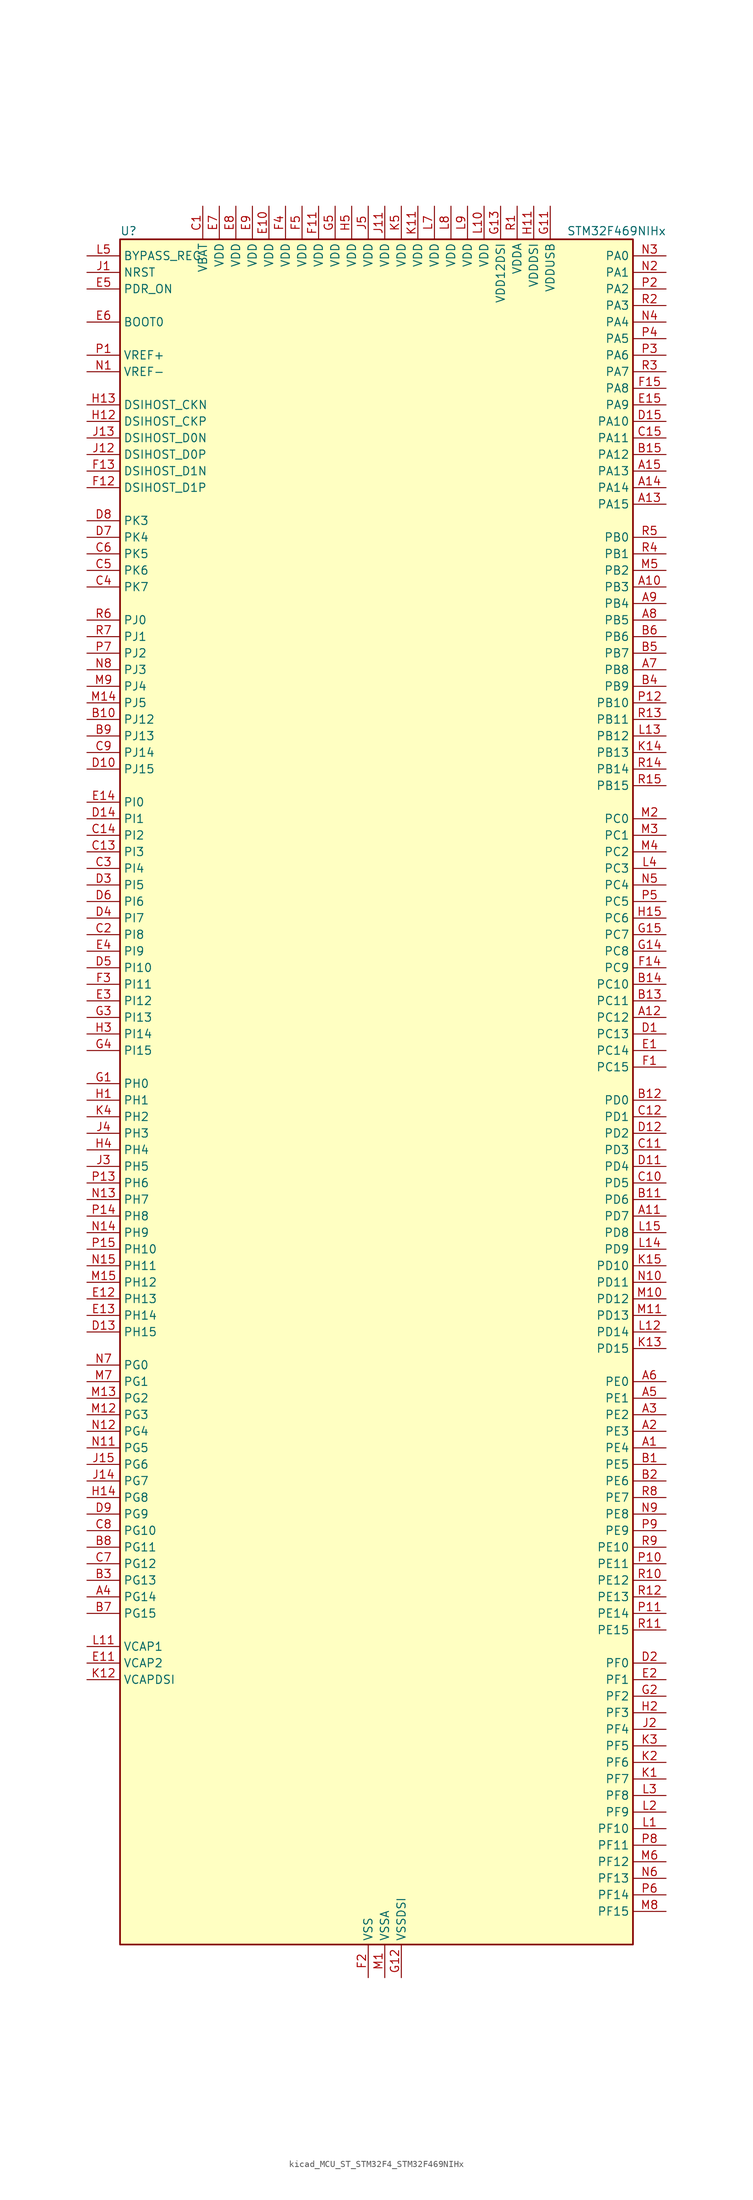
<source format=kicad_sym>
(kicad_symbol_lib
  (version 20220914)
  (generator kicad_symbol_editor)
  (symbol "kicad_MCU_ST_STM32F4_STM32F469NIHx"
    (property "Reference" "U"
      (at -38.1 133.35 0)
      (effects (font (size 1.27 1.27)) (justify left)))
    (property "Value" "STM32F469NIHx"
      (at 30.48 133.35 0)
      (effects (font (size 1.27 1.27)) (justify left)))
    (property "ki_locked" ""
      (at 0 0 0)
      (effects (font (size 1.27 1.27))))
    (symbol "kicad_MCU_ST_STM32F4_STM32F469NIHx_0_1"
      (rectangle (start -38.1 -129.54) (end 40.64 132.08) (stroke (width 0.254) (type default)) (fill (type background))))
    (symbol "kicad_MCU_ST_STM32F4_STM32F469NIHx_1_1"
      (pin bidirectional line (at 45.72 -53.34 180) (length 5.08) (name "PE4" (effects (font (size 1.27 1.27)))) (number "A1" (effects (font (size 1.27 1.27)))) (alternate "DCMI_D4" bidirectional line) (alternate "FMC_A20" bidirectional line) (alternate "LTDC_B0" bidirectional line) (alternate "SAI1_FS_A" bidirectional line) (alternate "SPI4_NSS" bidirectional line) (alternate "SYS_TRACED1" bidirectional line))
      (pin bidirectional line (at 45.72 78.74 180) (length 5.08) (name "PB3" (effects (font (size 1.27 1.27)))) (number "A10" (effects (font (size 1.27 1.27)))) (alternate "I2S3_CK" bidirectional line) (alternate "SPI1_SCK" bidirectional line) (alternate "SPI3_SCK" bidirectional line) (alternate "SYS_JTDO-SWO" bidirectional line) (alternate "TIM2_CH2" bidirectional line))
      (pin bidirectional line (at 45.72 -17.78 180) (length 5.08) (name "PD7" (effects (font (size 1.27 1.27)))) (number "A11" (effects (font (size 1.27 1.27)))) (alternate "FMC_NE1" bidirectional line) (alternate "USART2_CK" bidirectional line))
      (pin bidirectional line (at 45.72 12.7 180) (length 5.08) (name "PC12" (effects (font (size 1.27 1.27)))) (number "A12" (effects (font (size 1.27 1.27)))) (alternate "DCMI_D9" bidirectional line) (alternate "I2S3_SD" bidirectional line) (alternate "SDIO_CK" bidirectional line) (alternate "SPI3_MOSI" bidirectional line) (alternate "SYS_TRACED3" bidirectional line) (alternate "UART5_TX" bidirectional line) (alternate "USART3_CK" bidirectional line))
      (pin bidirectional line (at 45.72 91.44 180) (length 5.08) (name "PA15" (effects (font (size 1.27 1.27)))) (number "A13" (effects (font (size 1.27 1.27)))) (alternate "ADC1_EXTI15" bidirectional line) (alternate "ADC2_EXTI15" bidirectional line) (alternate "ADC3_EXTI15" bidirectional line) (alternate "I2S3_WS" bidirectional line) (alternate "SPI1_NSS" bidirectional line) (alternate "SPI3_NSS" bidirectional line) (alternate "SYS_JTDI" bidirectional line) (alternate "TIM2_CH1" bidirectional line) (alternate "TIM2_ETR" bidirectional line))
      (pin bidirectional line (at 45.72 93.98 180) (length 5.08) (name "PA14" (effects (font (size 1.27 1.27)))) (number "A14" (effects (font (size 1.27 1.27)))) (alternate "SYS_JTCK-SWCLK" bidirectional line))
      (pin bidirectional line (at 45.72 96.52 180) (length 5.08) (name "PA13" (effects (font (size 1.27 1.27)))) (number "A15" (effects (font (size 1.27 1.27)))) (alternate "SYS_JTMS-SWDIO" bidirectional line))
      (pin bidirectional line (at 45.72 -50.8 180) (length 5.08) (name "PE3" (effects (font (size 1.27 1.27)))) (number "A2" (effects (font (size 1.27 1.27)))) (alternate "FMC_A19" bidirectional line) (alternate "SAI1_SD_B" bidirectional line) (alternate "SYS_TRACED0" bidirectional line))
      (pin bidirectional line (at 45.72 -48.26 180) (length 5.08) (name "PE2" (effects (font (size 1.27 1.27)))) (number "A3" (effects (font (size 1.27 1.27)))) (alternate "ETH_TXD3" bidirectional line) (alternate "FMC_A23" bidirectional line) (alternate "QUADSPI_BK1_IO2" bidirectional line) (alternate "SAI1_MCLK_A" bidirectional line) (alternate "SPI4_SCK" bidirectional line) (alternate "SYS_TRACECLK" bidirectional line))
      (pin bidirectional line (at -43.18 -76.2 0) (length 5.08) (name "PG14" (effects (font (size 1.27 1.27)))) (number "A4" (effects (font (size 1.27 1.27)))) (alternate "ETH_TXD1" bidirectional line) (alternate "FMC_A25" bidirectional line) (alternate "LTDC_B0" bidirectional line) (alternate "QUADSPI_BK2_IO3" bidirectional line) (alternate "SPI6_MOSI" bidirectional line) (alternate "SYS_TRACED1" bidirectional line) (alternate "USART6_TX" bidirectional line))
      (pin bidirectional line (at 45.72 -45.72 180) (length 5.08) (name "PE1" (effects (font (size 1.27 1.27)))) (number "A5" (effects (font (size 1.27 1.27)))) (alternate "DCMI_D3" bidirectional line) (alternate "FMC_NBL1" bidirectional line) (alternate "UART8_TX" bidirectional line))
      (pin bidirectional line (at 45.72 -43.18 180) (length 5.08) (name "PE0" (effects (font (size 1.27 1.27)))) (number "A6" (effects (font (size 1.27 1.27)))) (alternate "DCMI_D2" bidirectional line) (alternate "FMC_NBL0" bidirectional line) (alternate "TIM4_ETR" bidirectional line) (alternate "UART8_RX" bidirectional line))
      (pin bidirectional line (at 45.72 66.04 180) (length 5.08) (name "PB8" (effects (font (size 1.27 1.27)))) (number "A7" (effects (font (size 1.27 1.27)))) (alternate "CAN1_RX" bidirectional line) (alternate "DCMI_D6" bidirectional line) (alternate "ETH_TXD3" bidirectional line) (alternate "I2C1_SCL" bidirectional line) (alternate "LTDC_B6" bidirectional line) (alternate "SDIO_D4" bidirectional line) (alternate "TIM10_CH1" bidirectional line) (alternate "TIM4_CH3" bidirectional line))
      (pin bidirectional line (at 45.72 73.66 180) (length 5.08) (name "PB5" (effects (font (size 1.27 1.27)))) (number "A8" (effects (font (size 1.27 1.27)))) (alternate "CAN2_RX" bidirectional line) (alternate "DCMI_D10" bidirectional line) (alternate "ETH_PPS_OUT" bidirectional line) (alternate "FMC_SDCKE1" bidirectional line) (alternate "I2C1_SMBA" bidirectional line) (alternate "I2S3_SD" bidirectional line) (alternate "LTDC_G7" bidirectional line) (alternate "SPI1_MOSI" bidirectional line) (alternate "SPI3_MOSI" bidirectional line) (alternate "TIM3_CH2" bidirectional line) (alternate "USB_OTG_HS_ULPI_D7" bidirectional line))
      (pin bidirectional line (at 45.72 76.2 180) (length 5.08) (name "PB4" (effects (font (size 1.27 1.27)))) (number "A9" (effects (font (size 1.27 1.27)))) (alternate "I2S3_ext_SD" bidirectional line) (alternate "SPI1_MISO" bidirectional line) (alternate "SPI3_MISO" bidirectional line) (alternate "SYS_JTRST" bidirectional line) (alternate "TIM3_CH1" bidirectional line))
      (pin bidirectional line (at 45.72 -55.88 180) (length 5.08) (name "PE5" (effects (font (size 1.27 1.27)))) (number "B1" (effects (font (size 1.27 1.27)))) (alternate "DCMI_D6" bidirectional line) (alternate "FMC_A21" bidirectional line) (alternate "LTDC_G0" bidirectional line) (alternate "SAI1_SCK_A" bidirectional line) (alternate "SPI4_MISO" bidirectional line) (alternate "SYS_TRACED2" bidirectional line) (alternate "TIM9_CH1" bidirectional line))
      (pin bidirectional line (at -43.18 58.42 0) (length 5.08) (name "PJ12" (effects (font (size 1.27 1.27)))) (number "B10" (effects (font (size 1.27 1.27)))) (alternate "LTDC_B0" bidirectional line) (alternate "LTDC_G3" bidirectional line))
      (pin bidirectional line (at 45.72 -15.24 180) (length 5.08) (name "PD6" (effects (font (size 1.27 1.27)))) (number "B11" (effects (font (size 1.27 1.27)))) (alternate "DCMI_D10" bidirectional line) (alternate "FMC_NWAIT" bidirectional line) (alternate "I2S3_SD" bidirectional line) (alternate "LTDC_B2" bidirectional line) (alternate "SAI1_SD_A" bidirectional line) (alternate "SPI3_MOSI" bidirectional line) (alternate "USART2_RX" bidirectional line))
      (pin bidirectional line (at 45.72 0 180) (length 5.08) (name "PD0" (effects (font (size 1.27 1.27)))) (number "B12" (effects (font (size 1.27 1.27)))) (alternate "CAN1_RX" bidirectional line) (alternate "FMC_D2" bidirectional line) (alternate "FMC_DA2" bidirectional line))
      (pin bidirectional line (at 45.72 15.24 180) (length 5.08) (name "PC11" (effects (font (size 1.27 1.27)))) (number "B13" (effects (font (size 1.27 1.27)))) (alternate "ADC1_EXTI11" bidirectional line) (alternate "ADC2_EXTI11" bidirectional line) (alternate "ADC3_EXTI11" bidirectional line) (alternate "DCMI_D4" bidirectional line) (alternate "I2S3_ext_SD" bidirectional line) (alternate "QUADSPI_BK2_NCS" bidirectional line) (alternate "SDIO_D3" bidirectional line) (alternate "SPI3_MISO" bidirectional line) (alternate "UART4_RX" bidirectional line) (alternate "USART3_RX" bidirectional line))
      (pin bidirectional line (at 45.72 17.78 180) (length 5.08) (name "PC10" (effects (font (size 1.27 1.27)))) (number "B14" (effects (font (size 1.27 1.27)))) (alternate "DCMI_D8" bidirectional line) (alternate "I2S3_CK" bidirectional line) (alternate "LTDC_R2" bidirectional line) (alternate "QUADSPI_BK1_IO1" bidirectional line) (alternate "SDIO_D2" bidirectional line) (alternate "SPI3_SCK" bidirectional line) (alternate "UART4_TX" bidirectional line) (alternate "USART3_TX" bidirectional line))
      (pin bidirectional line (at 45.72 99.06 180) (length 5.08) (name "PA12" (effects (font (size 1.27 1.27)))) (number "B15" (effects (font (size 1.27 1.27)))) (alternate "CAN1_TX" bidirectional line) (alternate "LTDC_R5" bidirectional line) (alternate "TIM1_ETR" bidirectional line) (alternate "USART1_RTS" bidirectional line) (alternate "USB_OTG_FS_DP" bidirectional line))
      (pin bidirectional line (at 45.72 -58.42 180) (length 5.08) (name "PE6" (effects (font (size 1.27 1.27)))) (number "B2" (effects (font (size 1.27 1.27)))) (alternate "DCMI_D7" bidirectional line) (alternate "FMC_A22" bidirectional line) (alternate "LTDC_G1" bidirectional line) (alternate "SAI1_SD_A" bidirectional line) (alternate "SPI4_MOSI" bidirectional line) (alternate "SYS_TRACED3" bidirectional line) (alternate "TIM9_CH2" bidirectional line))
      (pin bidirectional line (at -43.18 -73.66 0) (length 5.08) (name "PG13" (effects (font (size 1.27 1.27)))) (number "B3" (effects (font (size 1.27 1.27)))) (alternate "ETH_TXD0" bidirectional line) (alternate "FMC_A24" bidirectional line) (alternate "LTDC_R0" bidirectional line) (alternate "SPI6_SCK" bidirectional line) (alternate "SYS_TRACED0" bidirectional line) (alternate "USART6_CTS" bidirectional line))
      (pin bidirectional line (at 45.72 63.5 180) (length 5.08) (name "PB9" (effects (font (size 1.27 1.27)))) (number "B4" (effects (font (size 1.27 1.27)))) (alternate "CAN1_TX" bidirectional line) (alternate "DAC_EXTI9" bidirectional line) (alternate "DCMI_D7" bidirectional line) (alternate "I2C1_SDA" bidirectional line) (alternate "I2S2_WS" bidirectional line) (alternate "LTDC_B7" bidirectional line) (alternate "SDIO_D5" bidirectional line) (alternate "SPI2_NSS" bidirectional line) (alternate "TIM11_CH1" bidirectional line) (alternate "TIM4_CH4" bidirectional line))
      (pin bidirectional line (at 45.72 68.58 180) (length 5.08) (name "PB7" (effects (font (size 1.27 1.27)))) (number "B5" (effects (font (size 1.27 1.27)))) (alternate "DCMI_VSYNC" bidirectional line) (alternate "FMC_NL" bidirectional line) (alternate "I2C1_SDA" bidirectional line) (alternate "TIM4_CH2" bidirectional line) (alternate "USART1_RX" bidirectional line))
      (pin bidirectional line (at 45.72 71.12 180) (length 5.08) (name "PB6" (effects (font (size 1.27 1.27)))) (number "B6" (effects (font (size 1.27 1.27)))) (alternate "CAN2_TX" bidirectional line) (alternate "DCMI_D5" bidirectional line) (alternate "FMC_SDNE1" bidirectional line) (alternate "I2C1_SCL" bidirectional line) (alternate "QUADSPI_BK1_NCS" bidirectional line) (alternate "TIM4_CH1" bidirectional line) (alternate "USART1_TX" bidirectional line))
      (pin bidirectional line (at -43.18 -78.74 0) (length 5.08) (name "PG15" (effects (font (size 1.27 1.27)))) (number "B7" (effects (font (size 1.27 1.27)))) (alternate "ADC1_EXTI15" bidirectional line) (alternate "ADC2_EXTI15" bidirectional line) (alternate "ADC3_EXTI15" bidirectional line) (alternate "DCMI_D13" bidirectional line) (alternate "FMC_SDNCAS" bidirectional line) (alternate "USART6_CTS" bidirectional line))
      (pin bidirectional line (at -43.18 -68.58 0) (length 5.08) (name "PG11" (effects (font (size 1.27 1.27)))) (number "B8" (effects (font (size 1.27 1.27)))) (alternate "ADC1_EXTI11" bidirectional line) (alternate "ADC2_EXTI11" bidirectional line) (alternate "ADC3_EXTI11" bidirectional line) (alternate "DCMI_D3" bidirectional line) (alternate "ETH_TX_EN" bidirectional line) (alternate "LTDC_B3" bidirectional line))
      (pin bidirectional line (at -43.18 55.88 0) (length 5.08) (name "PJ13" (effects (font (size 1.27 1.27)))) (number "B9" (effects (font (size 1.27 1.27)))) (alternate "LTDC_B1" bidirectional line) (alternate "LTDC_G4" bidirectional line))
      (pin power_in line (at -25.4 137.16 270) (length 5.08) (name "VBAT" (effects (font (size 1.27 1.27)))) (number "C1" (effects (font (size 1.27 1.27)))))
      (pin bidirectional line (at 45.72 -12.7 180) (length 5.08) (name "PD5" (effects (font (size 1.27 1.27)))) (number "C10" (effects (font (size 1.27 1.27)))) (alternate "FMC_NWE" bidirectional line) (alternate "USART2_TX" bidirectional line))
      (pin bidirectional line (at 45.72 -7.62 180) (length 5.08) (name "PD3" (effects (font (size 1.27 1.27)))) (number "C11" (effects (font (size 1.27 1.27)))) (alternate "DCMI_D5" bidirectional line) (alternate "FMC_CLK" bidirectional line) (alternate "I2S2_CK" bidirectional line) (alternate "LTDC_G7" bidirectional line) (alternate "SPI2_SCK" bidirectional line) (alternate "USART2_CTS" bidirectional line))
      (pin bidirectional line (at 45.72 -2.54 180) (length 5.08) (name "PD1" (effects (font (size 1.27 1.27)))) (number "C12" (effects (font (size 1.27 1.27)))) (alternate "CAN1_TX" bidirectional line) (alternate "FMC_D3" bidirectional line) (alternate "FMC_DA3" bidirectional line))
      (pin bidirectional line (at -43.18 38.1 0) (length 5.08) (name "PI3" (effects (font (size 1.27 1.27)))) (number "C13" (effects (font (size 1.27 1.27)))) (alternate "DCMI_D10" bidirectional line) (alternate "FMC_D27" bidirectional line) (alternate "I2S2_SD" bidirectional line) (alternate "SPI2_MOSI" bidirectional line) (alternate "TIM8_ETR" bidirectional line))
      (pin bidirectional line (at -43.18 40.64 0) (length 5.08) (name "PI2" (effects (font (size 1.27 1.27)))) (number "C14" (effects (font (size 1.27 1.27)))) (alternate "DCMI_D9" bidirectional line) (alternate "FMC_D26" bidirectional line) (alternate "I2S2_ext_SD" bidirectional line) (alternate "LTDC_G7" bidirectional line) (alternate "SPI2_MISO" bidirectional line) (alternate "TIM8_CH4" bidirectional line))
      (pin bidirectional line (at 45.72 101.6 180) (length 5.08) (name "PA11" (effects (font (size 1.27 1.27)))) (number "C15" (effects (font (size 1.27 1.27)))) (alternate "ADC1_EXTI11" bidirectional line) (alternate "ADC2_EXTI11" bidirectional line) (alternate "ADC3_EXTI11" bidirectional line) (alternate "CAN1_RX" bidirectional line) (alternate "LTDC_R4" bidirectional line) (alternate "TIM1_CH4" bidirectional line) (alternate "USART1_CTS" bidirectional line) (alternate "USB_OTG_FS_DM" bidirectional line))
      (pin bidirectional line (at -43.18 25.4 0) (length 5.08) (name "PI8" (effects (font (size 1.27 1.27)))) (number "C2" (effects (font (size 1.27 1.27)))) (alternate "RTC_AF1" bidirectional line) (alternate "RTC_AF2" bidirectional line))
      (pin bidirectional line (at -43.18 35.56 0) (length 5.08) (name "PI4" (effects (font (size 1.27 1.27)))) (number "C3" (effects (font (size 1.27 1.27)))) (alternate "DCMI_D5" bidirectional line) (alternate "FMC_NBL2" bidirectional line) (alternate "LTDC_B4" bidirectional line) (alternate "TIM8_BKIN" bidirectional line))
      (pin bidirectional line (at -43.18 78.74 0) (length 5.08) (name "PK7" (effects (font (size 1.27 1.27)))) (number "C4" (effects (font (size 1.27 1.27)))) (alternate "LTDC_DE" bidirectional line))
      (pin bidirectional line (at -43.18 81.28 0) (length 5.08) (name "PK6" (effects (font (size 1.27 1.27)))) (number "C5" (effects (font (size 1.27 1.27)))) (alternate "LTDC_B7" bidirectional line))
      (pin bidirectional line (at -43.18 83.82 0) (length 5.08) (name "PK5" (effects (font (size 1.27 1.27)))) (number "C6" (effects (font (size 1.27 1.27)))) (alternate "LTDC_B6" bidirectional line))
      (pin bidirectional line (at -43.18 -71.12 0) (length 5.08) (name "PG12" (effects (font (size 1.27 1.27)))) (number "C7" (effects (font (size 1.27 1.27)))) (alternate "FMC_NE4" bidirectional line) (alternate "LTDC_B1" bidirectional line) (alternate "LTDC_B4" bidirectional line) (alternate "SPI6_MISO" bidirectional line) (alternate "USART6_RTS" bidirectional line))
      (pin bidirectional line (at -43.18 -66.04 0) (length 5.08) (name "PG10" (effects (font (size 1.27 1.27)))) (number "C8" (effects (font (size 1.27 1.27)))) (alternate "DCMI_D2" bidirectional line) (alternate "FMC_NE3" bidirectional line) (alternate "LTDC_B2" bidirectional line) (alternate "LTDC_G3" bidirectional line))
      (pin bidirectional line (at -43.18 53.34 0) (length 5.08) (name "PJ14" (effects (font (size 1.27 1.27)))) (number "C9" (effects (font (size 1.27 1.27)))) (alternate "LTDC_B2" bidirectional line))
      (pin bidirectional line (at 45.72 10.16 180) (length 5.08) (name "PC13" (effects (font (size 1.27 1.27)))) (number "D1" (effects (font (size 1.27 1.27)))) (alternate "RTC_AF1" bidirectional line))
      (pin bidirectional line (at -43.18 50.8 0) (length 5.08) (name "PJ15" (effects (font (size 1.27 1.27)))) (number "D10" (effects (font (size 1.27 1.27)))) (alternate "ADC1_EXTI15" bidirectional line) (alternate "ADC2_EXTI15" bidirectional line) (alternate "ADC3_EXTI15" bidirectional line) (alternate "LTDC_B3" bidirectional line))
      (pin bidirectional line (at 45.72 -10.16 180) (length 5.08) (name "PD4" (effects (font (size 1.27 1.27)))) (number "D11" (effects (font (size 1.27 1.27)))) (alternate "FMC_NOE" bidirectional line) (alternate "USART2_RTS" bidirectional line))
      (pin bidirectional line (at 45.72 -5.08 180) (length 5.08) (name "PD2" (effects (font (size 1.27 1.27)))) (number "D12" (effects (font (size 1.27 1.27)))) (alternate "DCMI_D11" bidirectional line) (alternate "SDIO_CMD" bidirectional line) (alternate "SYS_TRACED2" bidirectional line) (alternate "TIM3_ETR" bidirectional line) (alternate "UART5_RX" bidirectional line))
      (pin bidirectional line (at -43.18 -35.56 0) (length 5.08) (name "PH15" (effects (font (size 1.27 1.27)))) (number "D13" (effects (font (size 1.27 1.27)))) (alternate "ADC1_EXTI15" bidirectional line) (alternate "ADC2_EXTI15" bidirectional line) (alternate "ADC3_EXTI15" bidirectional line) (alternate "DCMI_D11" bidirectional line) (alternate "FMC_D23" bidirectional line) (alternate "LTDC_G4" bidirectional line) (alternate "TIM8_CH3N" bidirectional line))
      (pin bidirectional line (at -43.18 43.18 0) (length 5.08) (name "PI1" (effects (font (size 1.27 1.27)))) (number "D14" (effects (font (size 1.27 1.27)))) (alternate "DCMI_D8" bidirectional line) (alternate "FMC_D25" bidirectional line) (alternate "I2S2_CK" bidirectional line) (alternate "LTDC_G6" bidirectional line) (alternate "SPI2_SCK" bidirectional line))
      (pin bidirectional line (at 45.72 104.14 180) (length 5.08) (name "PA10" (effects (font (size 1.27 1.27)))) (number "D15" (effects (font (size 1.27 1.27)))) (alternate "DCMI_D1" bidirectional line) (alternate "TIM1_CH3" bidirectional line) (alternate "USART1_RX" bidirectional line) (alternate "USB_OTG_FS_ID" bidirectional line))
      (pin bidirectional line (at 45.72 -86.36 180) (length 5.08) (name "PF0" (effects (font (size 1.27 1.27)))) (number "D2" (effects (font (size 1.27 1.27)))) (alternate "FMC_A0" bidirectional line) (alternate "I2C2_SDA" bidirectional line))
      (pin bidirectional line (at -43.18 33.02 0) (length 5.08) (name "PI5" (effects (font (size 1.27 1.27)))) (number "D3" (effects (font (size 1.27 1.27)))) (alternate "DCMI_VSYNC" bidirectional line) (alternate "FMC_NBL3" bidirectional line) (alternate "LTDC_B5" bidirectional line) (alternate "TIM8_CH1" bidirectional line))
      (pin bidirectional line (at -43.18 27.94 0) (length 5.08) (name "PI7" (effects (font (size 1.27 1.27)))) (number "D4" (effects (font (size 1.27 1.27)))) (alternate "DCMI_D7" bidirectional line) (alternate "FMC_D29" bidirectional line) (alternate "LTDC_B7" bidirectional line) (alternate "TIM8_CH3" bidirectional line))
      (pin bidirectional line (at -43.18 20.32 0) (length 5.08) (name "PI10" (effects (font (size 1.27 1.27)))) (number "D5" (effects (font (size 1.27 1.27)))) (alternate "ETH_RX_ER" bidirectional line) (alternate "FMC_D31" bidirectional line) (alternate "LTDC_HSYNC" bidirectional line))
      (pin bidirectional line (at -43.18 30.48 0) (length 5.08) (name "PI6" (effects (font (size 1.27 1.27)))) (number "D6" (effects (font (size 1.27 1.27)))) (alternate "DCMI_D6" bidirectional line) (alternate "FMC_D28" bidirectional line) (alternate "LTDC_B6" bidirectional line) (alternate "TIM8_CH2" bidirectional line))
      (pin bidirectional line (at -43.18 86.36 0) (length 5.08) (name "PK4" (effects (font (size 1.27 1.27)))) (number "D7" (effects (font (size 1.27 1.27)))) (alternate "LTDC_B5" bidirectional line))
      (pin bidirectional line (at -43.18 88.9 0) (length 5.08) (name "PK3" (effects (font (size 1.27 1.27)))) (number "D8" (effects (font (size 1.27 1.27)))) (alternate "LTDC_B4" bidirectional line))
      (pin bidirectional line (at -43.18 -63.5 0) (length 5.08) (name "PG9" (effects (font (size 1.27 1.27)))) (number "D9" (effects (font (size 1.27 1.27)))) (alternate "DAC_EXTI9" bidirectional line) (alternate "DCMI_VSYNC" bidirectional line) (alternate "FMC_NCE" bidirectional line) (alternate "FMC_NE2" bidirectional line) (alternate "QUADSPI_BK2_IO2" bidirectional line) (alternate "USART6_RX" bidirectional line))
      (pin bidirectional line (at 45.72 7.62 180) (length 5.08) (name "PC14" (effects (font (size 1.27 1.27)))) (number "E1" (effects (font (size 1.27 1.27)))) (alternate "RCC_OSC32_IN" bidirectional line))
      (pin power_in line (at -15.24 137.16 270) (length 5.08) (name "VDD" (effects (font (size 1.27 1.27)))) (number "E10" (effects (font (size 1.27 1.27)))))
      (pin power_out line (at -43.18 -86.36 0) (length 5.08) (name "VCAP2" (effects (font (size 1.27 1.27)))) (number "E11" (effects (font (size 1.27 1.27)))))
      (pin bidirectional line (at -43.18 -30.48 0) (length 5.08) (name "PH13" (effects (font (size 1.27 1.27)))) (number "E12" (effects (font (size 1.27 1.27)))) (alternate "CAN1_TX" bidirectional line) (alternate "FMC_D21" bidirectional line) (alternate "LTDC_G2" bidirectional line) (alternate "TIM8_CH1N" bidirectional line))
      (pin bidirectional line (at -43.18 -33.02 0) (length 5.08) (name "PH14" (effects (font (size 1.27 1.27)))) (number "E13" (effects (font (size 1.27 1.27)))) (alternate "DCMI_D4" bidirectional line) (alternate "FMC_D22" bidirectional line) (alternate "LTDC_G3" bidirectional line) (alternate "TIM8_CH2N" bidirectional line))
      (pin bidirectional line (at -43.18 45.72 0) (length 5.08) (name "PI0" (effects (font (size 1.27 1.27)))) (number "E14" (effects (font (size 1.27 1.27)))) (alternate "DCMI_D13" bidirectional line) (alternate "FMC_D24" bidirectional line) (alternate "I2S2_WS" bidirectional line) (alternate "LTDC_G5" bidirectional line) (alternate "SPI2_NSS" bidirectional line) (alternate "TIM5_CH4" bidirectional line))
      (pin bidirectional line (at 45.72 106.68 180) (length 5.08) (name "PA9" (effects (font (size 1.27 1.27)))) (number "E15" (effects (font (size 1.27 1.27)))) (alternate "DAC_EXTI9" bidirectional line) (alternate "DCMI_D0" bidirectional line) (alternate "I2C3_SMBA" bidirectional line) (alternate "I2S2_CK" bidirectional line) (alternate "SPI2_SCK" bidirectional line) (alternate "TIM1_CH2" bidirectional line) (alternate "USART1_TX" bidirectional line) (alternate "USB_OTG_FS_VBUS" bidirectional line))
      (pin bidirectional line (at 45.72 -88.9 180) (length 5.08) (name "PF1" (effects (font (size 1.27 1.27)))) (number "E2" (effects (font (size 1.27 1.27)))) (alternate "FMC_A1" bidirectional line) (alternate "I2C2_SCL" bidirectional line))
      (pin bidirectional line (at -43.18 15.24 0) (length 5.08) (name "PI12" (effects (font (size 1.27 1.27)))) (number "E3" (effects (font (size 1.27 1.27)))) (alternate "LTDC_HSYNC" bidirectional line))
      (pin bidirectional line (at -43.18 22.86 0) (length 5.08) (name "PI9" (effects (font (size 1.27 1.27)))) (number "E4" (effects (font (size 1.27 1.27)))) (alternate "CAN1_RX" bidirectional line) (alternate "DAC_EXTI9" bidirectional line) (alternate "FMC_D30" bidirectional line) (alternate "LTDC_VSYNC" bidirectional line))
      (pin input line (at -43.18 124.46 0) (length 5.08) (name "PDR_ON" (effects (font (size 1.27 1.27)))) (number "E5" (effects (font (size 1.27 1.27)))))
      (pin input line (at -43.18 119.38 0) (length 5.08) (name "BOOT0" (effects (font (size 1.27 1.27)))) (number "E6" (effects (font (size 1.27 1.27)))))
      (pin power_in line (at -22.86 137.16 270) (length 5.08) (name "VDD" (effects (font (size 1.27 1.27)))) (number "E7" (effects (font (size 1.27 1.27)))))
      (pin power_in line (at -20.32 137.16 270) (length 5.08) (name "VDD" (effects (font (size 1.27 1.27)))) (number "E8" (effects (font (size 1.27 1.27)))))
      (pin power_in line (at -17.78 137.16 270) (length 5.08) (name "VDD" (effects (font (size 1.27 1.27)))) (number "E9" (effects (font (size 1.27 1.27)))))
      (pin bidirectional line (at 45.72 5.08 180) (length 5.08) (name "PC15" (effects (font (size 1.27 1.27)))) (number "F1" (effects (font (size 1.27 1.27)))) (alternate "ADC1_EXTI15" bidirectional line) (alternate "ADC2_EXTI15" bidirectional line) (alternate "ADC3_EXTI15" bidirectional line) (alternate "RCC_OSC32_OUT" bidirectional line))
      (pin passive line (at 0 -134.62 90) (length 5.08) hide (name "VSS" (effects (font (size 1.27 1.27)))) (number "F10" (effects (font (size 1.27 1.27)))))
      (pin power_in line (at -7.62 137.16 270) (length 5.08) (name "VDD" (effects (font (size 1.27 1.27)))) (number "F11" (effects (font (size 1.27 1.27)))))
      (pin bidirectional line (at -43.18 93.98 0) (length 5.08) (name "DSIHOST_D1P" (effects (font (size 1.27 1.27)))) (number "F12" (effects (font (size 1.27 1.27)))) (alternate "DSIHOST_D1P" bidirectional line))
      (pin bidirectional line (at -43.18 96.52 0) (length 5.08) (name "DSIHOST_D1N" (effects (font (size 1.27 1.27)))) (number "F13" (effects (font (size 1.27 1.27)))) (alternate "DSIHOST_D1N" bidirectional line))
      (pin bidirectional line (at 45.72 20.32 180) (length 5.08) (name "PC9" (effects (font (size 1.27 1.27)))) (number "F14" (effects (font (size 1.27 1.27)))) (alternate "DAC_EXTI9" bidirectional line) (alternate "DCMI_D3" bidirectional line) (alternate "I2C3_SDA" bidirectional line) (alternate "I2S_CKIN" bidirectional line) (alternate "QUADSPI_BK1_IO0" bidirectional line) (alternate "RCC_MCO_2" bidirectional line) (alternate "SDIO_D1" bidirectional line) (alternate "TIM3_CH4" bidirectional line) (alternate "TIM8_CH4" bidirectional line))
      (pin bidirectional line (at 45.72 109.22 180) (length 5.08) (name "PA8" (effects (font (size 1.27 1.27)))) (number "F15" (effects (font (size 1.27 1.27)))) (alternate "I2C3_SCL" bidirectional line) (alternate "LTDC_R6" bidirectional line) (alternate "RCC_MCO_1" bidirectional line) (alternate "TIM1_CH1" bidirectional line) (alternate "USART1_CK" bidirectional line) (alternate "USB_OTG_FS_SOF" bidirectional line))
      (pin power_in line (at 0 -134.62 90) (length 5.08) (name "VSS" (effects (font (size 1.27 1.27)))) (number "F2" (effects (font (size 1.27 1.27)))))
      (pin bidirectional line (at -43.18 17.78 0) (length 5.08) (name "PI11" (effects (font (size 1.27 1.27)))) (number "F3" (effects (font (size 1.27 1.27)))) (alternate "ADC1_EXTI11" bidirectional line) (alternate "ADC2_EXTI11" bidirectional line) (alternate "ADC3_EXTI11" bidirectional line) (alternate "LTDC_G6" bidirectional line) (alternate "USB_OTG_HS_ULPI_DIR" bidirectional line))
      (pin power_in line (at -12.7 137.16 270) (length 5.08) (name "VDD" (effects (font (size 1.27 1.27)))) (number "F4" (effects (font (size 1.27 1.27)))))
      (pin power_in line (at -10.16 137.16 270) (length 5.08) (name "VDD" (effects (font (size 1.27 1.27)))) (number "F5" (effects (font (size 1.27 1.27)))))
      (pin passive line (at 0 -134.62 90) (length 5.08) hide (name "VSS" (effects (font (size 1.27 1.27)))) (number "F6" (effects (font (size 1.27 1.27)))))
      (pin passive line (at 0 -134.62 90) (length 5.08) hide (name "VSS" (effects (font (size 1.27 1.27)))) (number "F7" (effects (font (size 1.27 1.27)))))
      (pin passive line (at 0 -134.62 90) (length 5.08) hide (name "VSS" (effects (font (size 1.27 1.27)))) (number "F8" (effects (font (size 1.27 1.27)))))
      (pin passive line (at 0 -134.62 90) (length 5.08) hide (name "VSS" (effects (font (size 1.27 1.27)))) (number "F9" (effects (font (size 1.27 1.27)))))
      (pin bidirectional line (at -43.18 2.54 0) (length 5.08) (name "PH0" (effects (font (size 1.27 1.27)))) (number "G1" (effects (font (size 1.27 1.27)))) (alternate "RCC_OSC_IN" bidirectional line))
      (pin passive line (at 0 -134.62 90) (length 5.08) hide (name "VSS" (effects (font (size 1.27 1.27)))) (number "G10" (effects (font (size 1.27 1.27)))))
      (pin power_in line (at 27.94 137.16 270) (length 5.08) (name "VDDUSB" (effects (font (size 1.27 1.27)))) (number "G11" (effects (font (size 1.27 1.27)))))
      (pin power_in line (at 5.08 -134.62 90) (length 5.08) (name "VSSDSI" (effects (font (size 1.27 1.27)))) (number "G12" (effects (font (size 1.27 1.27)))))
      (pin power_in line (at 20.32 137.16 270) (length 5.08) (name "VDD12DSI" (effects (font (size 1.27 1.27)))) (number "G13" (effects (font (size 1.27 1.27)))))
      (pin bidirectional line (at 45.72 22.86 180) (length 5.08) (name "PC8" (effects (font (size 1.27 1.27)))) (number "G14" (effects (font (size 1.27 1.27)))) (alternate "DCMI_D2" bidirectional line) (alternate "SDIO_D0" bidirectional line) (alternate "SYS_TRACED1" bidirectional line) (alternate "TIM3_CH3" bidirectional line) (alternate "TIM8_CH3" bidirectional line) (alternate "USART6_CK" bidirectional line))
      (pin bidirectional line (at 45.72 25.4 180) (length 5.08) (name "PC7" (effects (font (size 1.27 1.27)))) (number "G15" (effects (font (size 1.27 1.27)))) (alternate "DCMI_D1" bidirectional line) (alternate "I2S3_MCK" bidirectional line) (alternate "LTDC_G6" bidirectional line) (alternate "SDIO_D7" bidirectional line) (alternate "TIM3_CH2" bidirectional line) (alternate "TIM8_CH2" bidirectional line) (alternate "USART6_RX" bidirectional line))
      (pin bidirectional line (at 45.72 -91.44 180) (length 5.08) (name "PF2" (effects (font (size 1.27 1.27)))) (number "G2" (effects (font (size 1.27 1.27)))) (alternate "FMC_A2" bidirectional line) (alternate "I2C2_SMBA" bidirectional line))
      (pin bidirectional line (at -43.18 12.7 0) (length 5.08) (name "PI13" (effects (font (size 1.27 1.27)))) (number "G3" (effects (font (size 1.27 1.27)))) (alternate "LTDC_VSYNC" bidirectional line))
      (pin bidirectional line (at -43.18 7.62 0) (length 5.08) (name "PI15" (effects (font (size 1.27 1.27)))) (number "G4" (effects (font (size 1.27 1.27)))) (alternate "ADC1_EXTI15" bidirectional line) (alternate "ADC2_EXTI15" bidirectional line) (alternate "ADC3_EXTI15" bidirectional line) (alternate "LTDC_G2" bidirectional line) (alternate "LTDC_R0" bidirectional line))
      (pin power_in line (at -5.08 137.16 270) (length 5.08) (name "VDD" (effects (font (size 1.27 1.27)))) (number "G5" (effects (font (size 1.27 1.27)))))
      (pin passive line (at 0 -134.62 90) (length 5.08) hide (name "VSS" (effects (font (size 1.27 1.27)))) (number "G6" (effects (font (size 1.27 1.27)))))
      (pin bidirectional line (at -43.18 0 0) (length 5.08) (name "PH1" (effects (font (size 1.27 1.27)))) (number "H1" (effects (font (size 1.27 1.27)))) (alternate "RCC_OSC_OUT" bidirectional line))
      (pin passive line (at 0 -134.62 90) (length 5.08) hide (name "VSS" (effects (font (size 1.27 1.27)))) (number "H10" (effects (font (size 1.27 1.27)))))
      (pin power_in line (at 25.4 137.16 270) (length 5.08) (name "VDDDSI" (effects (font (size 1.27 1.27)))) (number "H11" (effects (font (size 1.27 1.27)))))
      (pin bidirectional line (at -43.18 104.14 0) (length 5.08) (name "DSIHOST_CKP" (effects (font (size 1.27 1.27)))) (number "H12" (effects (font (size 1.27 1.27)))) (alternate "DSIHOST_CKP" bidirectional line))
      (pin bidirectional line (at -43.18 106.68 0) (length 5.08) (name "DSIHOST_CKN" (effects (font (size 1.27 1.27)))) (number "H13" (effects (font (size 1.27 1.27)))) (alternate "DSIHOST_CKN" bidirectional line))
      (pin bidirectional line (at -43.18 -60.96 0) (length 5.08) (name "PG8" (effects (font (size 1.27 1.27)))) (number "H14" (effects (font (size 1.27 1.27)))) (alternate "ETH_PPS_OUT" bidirectional line) (alternate "FMC_SDCLK" bidirectional line) (alternate "LTDC_G7" bidirectional line) (alternate "SPI6_NSS" bidirectional line) (alternate "USART6_RTS" bidirectional line))
      (pin bidirectional line (at 45.72 27.94 180) (length 5.08) (name "PC6" (effects (font (size 1.27 1.27)))) (number "H15" (effects (font (size 1.27 1.27)))) (alternate "DCMI_D0" bidirectional line) (alternate "I2S2_MCK" bidirectional line) (alternate "LTDC_HSYNC" bidirectional line) (alternate "SDIO_D6" bidirectional line) (alternate "TIM3_CH1" bidirectional line) (alternate "TIM8_CH1" bidirectional line) (alternate "USART6_TX" bidirectional line))
      (pin bidirectional line (at 45.72 -93.98 180) (length 5.08) (name "PF3" (effects (font (size 1.27 1.27)))) (number "H2" (effects (font (size 1.27 1.27)))) (alternate "ADC3_IN9" bidirectional line) (alternate "FMC_A3" bidirectional line))
      (pin bidirectional line (at -43.18 10.16 0) (length 5.08) (name "PI14" (effects (font (size 1.27 1.27)))) (number "H3" (effects (font (size 1.27 1.27)))) (alternate "LTDC_CLK" bidirectional line))
      (pin bidirectional line (at -43.18 -7.62 0) (length 5.08) (name "PH4" (effects (font (size 1.27 1.27)))) (number "H4" (effects (font (size 1.27 1.27)))) (alternate "I2C2_SCL" bidirectional line) (alternate "LTDC_G4" bidirectional line) (alternate "LTDC_G5" bidirectional line) (alternate "USB_OTG_HS_ULPI_NXT" bidirectional line))
      (pin power_in line (at -2.54 137.16 270) (length 5.08) (name "VDD" (effects (font (size 1.27 1.27)))) (number "H5" (effects (font (size 1.27 1.27)))))
      (pin passive line (at 0 -134.62 90) (length 5.08) hide (name "VSS" (effects (font (size 1.27 1.27)))) (number "H6" (effects (font (size 1.27 1.27)))))
      (pin input line (at -43.18 127 0) (length 5.08) (name "NRST" (effects (font (size 1.27 1.27)))) (number "J1" (effects (font (size 1.27 1.27)))))
      (pin passive line (at 0 -134.62 90) (length 5.08) hide (name "VSS" (effects (font (size 1.27 1.27)))) (number "J10" (effects (font (size 1.27 1.27)))))
      (pin power_in line (at 2.54 137.16 270) (length 5.08) (name "VDD" (effects (font (size 1.27 1.27)))) (number "J11" (effects (font (size 1.27 1.27)))))
      (pin bidirectional line (at -43.18 99.06 0) (length 5.08) (name "DSIHOST_D0P" (effects (font (size 1.27 1.27)))) (number "J12" (effects (font (size 1.27 1.27)))) (alternate "DSIHOST_D0P" bidirectional line))
      (pin bidirectional line (at -43.18 101.6 0) (length 5.08) (name "DSIHOST_D0N" (effects (font (size 1.27 1.27)))) (number "J13" (effects (font (size 1.27 1.27)))) (alternate "DSIHOST_D0N" bidirectional line))
      (pin bidirectional line (at -43.18 -58.42 0) (length 5.08) (name "PG7" (effects (font (size 1.27 1.27)))) (number "J14" (effects (font (size 1.27 1.27)))) (alternate "DCMI_D13" bidirectional line) (alternate "FMC_INT" bidirectional line) (alternate "LTDC_CLK" bidirectional line) (alternate "SAI1_MCLK_A" bidirectional line) (alternate "USART6_CK" bidirectional line))
      (pin bidirectional line (at -43.18 -55.88 0) (length 5.08) (name "PG6" (effects (font (size 1.27 1.27)))) (number "J15" (effects (font (size 1.27 1.27)))) (alternate "DCMI_D12" bidirectional line) (alternate "LTDC_R7" bidirectional line))
      (pin bidirectional line (at 45.72 -96.52 180) (length 5.08) (name "PF4" (effects (font (size 1.27 1.27)))) (number "J2" (effects (font (size 1.27 1.27)))) (alternate "ADC3_IN14" bidirectional line) (alternate "FMC_A4" bidirectional line))
      (pin bidirectional line (at -43.18 -10.16 0) (length 5.08) (name "PH5" (effects (font (size 1.27 1.27)))) (number "J3" (effects (font (size 1.27 1.27)))) (alternate "FMC_SDNWE" bidirectional line) (alternate "I2C2_SDA" bidirectional line) (alternate "SPI5_NSS" bidirectional line))
      (pin bidirectional line (at -43.18 -5.08 0) (length 5.08) (name "PH3" (effects (font (size 1.27 1.27)))) (number "J4" (effects (font (size 1.27 1.27)))) (alternate "ETH_COL" bidirectional line) (alternate "FMC_SDNE0" bidirectional line) (alternate "LTDC_R1" bidirectional line) (alternate "QUADSPI_BK2_IO1" bidirectional line))
      (pin power_in line (at 0 137.16 270) (length 5.08) (name "VDD" (effects (font (size 1.27 1.27)))) (number "J5" (effects (font (size 1.27 1.27)))))
      (pin passive line (at 0 -134.62 90) (length 5.08) hide (name "VSS" (effects (font (size 1.27 1.27)))) (number "J6" (effects (font (size 1.27 1.27)))))
      (pin bidirectional line (at 45.72 -104.14 180) (length 5.08) (name "PF7" (effects (font (size 1.27 1.27)))) (number "K1" (effects (font (size 1.27 1.27)))) (alternate "ADC3_IN5" bidirectional line) (alternate "QUADSPI_BK1_IO2" bidirectional line) (alternate "SAI1_MCLK_B" bidirectional line) (alternate "SPI5_SCK" bidirectional line) (alternate "TIM11_CH1" bidirectional line) (alternate "UART7_TX" bidirectional line))
      (pin passive line (at 0 -134.62 90) (length 5.08) hide (name "VSS" (effects (font (size 1.27 1.27)))) (number "K10" (effects (font (size 1.27 1.27)))))
      (pin power_in line (at 7.62 137.16 270) (length 5.08) (name "VDD" (effects (font (size 1.27 1.27)))) (number "K11" (effects (font (size 1.27 1.27)))))
      (pin power_out line (at -43.18 -88.9 0) (length 5.08) (name "VCAPDSI" (effects (font (size 1.27 1.27)))) (number "K12" (effects (font (size 1.27 1.27)))))
      (pin bidirectional line (at 45.72 -38.1 180) (length 5.08) (name "PD15" (effects (font (size 1.27 1.27)))) (number "K13" (effects (font (size 1.27 1.27)))) (alternate "ADC1_EXTI15" bidirectional line) (alternate "ADC2_EXTI15" bidirectional line) (alternate "ADC3_EXTI15" bidirectional line) (alternate "FMC_D1" bidirectional line) (alternate "FMC_DA1" bidirectional line) (alternate "TIM4_CH4" bidirectional line))
      (pin bidirectional line (at 45.72 53.34 180) (length 5.08) (name "PB13" (effects (font (size 1.27 1.27)))) (number "K14" (effects (font (size 1.27 1.27)))) (alternate "CAN2_TX" bidirectional line) (alternate "ETH_TXD1" bidirectional line) (alternate "I2S2_CK" bidirectional line) (alternate "SPI2_SCK" bidirectional line) (alternate "TIM1_CH1N" bidirectional line) (alternate "USART3_CTS" bidirectional line) (alternate "USB_OTG_HS_ULPI_D6" bidirectional line) (alternate "USB_OTG_HS_VBUS" bidirectional line))
      (pin bidirectional line (at 45.72 -25.4 180) (length 5.08) (name "PD10" (effects (font (size 1.27 1.27)))) (number "K15" (effects (font (size 1.27 1.27)))) (alternate "FMC_D15" bidirectional line) (alternate "FMC_DA15" bidirectional line) (alternate "LTDC_B3" bidirectional line) (alternate "USART3_CK" bidirectional line))
      (pin bidirectional line (at 45.72 -101.6 180) (length 5.08) (name "PF6" (effects (font (size 1.27 1.27)))) (number "K2" (effects (font (size 1.27 1.27)))) (alternate "ADC3_IN4" bidirectional line) (alternate "QUADSPI_BK1_IO3" bidirectional line) (alternate "SAI1_SD_B" bidirectional line) (alternate "SPI5_NSS" bidirectional line) (alternate "TIM10_CH1" bidirectional line) (alternate "UART7_RX" bidirectional line))
      (pin bidirectional line (at 45.72 -99.06 180) (length 5.08) (name "PF5" (effects (font (size 1.27 1.27)))) (number "K3" (effects (font (size 1.27 1.27)))) (alternate "ADC3_IN15" bidirectional line) (alternate "FMC_A5" bidirectional line))
      (pin bidirectional line (at -43.18 -2.54 0) (length 5.08) (name "PH2" (effects (font (size 1.27 1.27)))) (number "K4" (effects (font (size 1.27 1.27)))) (alternate "ETH_CRS" bidirectional line) (alternate "FMC_SDCKE0" bidirectional line) (alternate "LTDC_R0" bidirectional line) (alternate "QUADSPI_BK2_IO0" bidirectional line))
      (pin power_in line (at 5.08 137.16 270) (length 5.08) (name "VDD" (effects (font (size 1.27 1.27)))) (number "K5" (effects (font (size 1.27 1.27)))))
      (pin passive line (at 0 -134.62 90) (length 5.08) hide (name "VSS" (effects (font (size 1.27 1.27)))) (number "K6" (effects (font (size 1.27 1.27)))))
      (pin passive line (at 0 -134.62 90) (length 5.08) hide (name "VSS" (effects (font (size 1.27 1.27)))) (number "K7" (effects (font (size 1.27 1.27)))))
      (pin passive line (at 0 -134.62 90) (length 5.08) hide (name "VSS" (effects (font (size 1.27 1.27)))) (number "K8" (effects (font (size 1.27 1.27)))))
      (pin passive line (at 0 -134.62 90) (length 5.08) hide (name "VSS" (effects (font (size 1.27 1.27)))) (number "K9" (effects (font (size 1.27 1.27)))))
      (pin bidirectional line (at 45.72 -111.76 180) (length 5.08) (name "PF10" (effects (font (size 1.27 1.27)))) (number "L1" (effects (font (size 1.27 1.27)))) (alternate "ADC3_IN8" bidirectional line) (alternate "DCMI_D11" bidirectional line) (alternate "LTDC_DE" bidirectional line) (alternate "QUADSPI_CLK" bidirectional line))
      (pin power_in line (at 17.78 137.16 270) (length 5.08) (name "VDD" (effects (font (size 1.27 1.27)))) (number "L10" (effects (font (size 1.27 1.27)))))
      (pin power_out line (at -43.18 -83.82 0) (length 5.08) (name "VCAP1" (effects (font (size 1.27 1.27)))) (number "L11" (effects (font (size 1.27 1.27)))))
      (pin bidirectional line (at 45.72 -35.56 180) (length 5.08) (name "PD14" (effects (font (size 1.27 1.27)))) (number "L12" (effects (font (size 1.27 1.27)))) (alternate "FMC_D0" bidirectional line) (alternate "FMC_DA0" bidirectional line) (alternate "TIM4_CH3" bidirectional line))
      (pin bidirectional line (at 45.72 55.88 180) (length 5.08) (name "PB12" (effects (font (size 1.27 1.27)))) (number "L13" (effects (font (size 1.27 1.27)))) (alternate "CAN2_RX" bidirectional line) (alternate "ETH_TXD0" bidirectional line) (alternate "I2C2_SMBA" bidirectional line) (alternate "I2S2_WS" bidirectional line) (alternate "SPI2_NSS" bidirectional line) (alternate "TIM1_BKIN" bidirectional line) (alternate "USART3_CK" bidirectional line) (alternate "USB_OTG_HS_ID" bidirectional line) (alternate "USB_OTG_HS_ULPI_D5" bidirectional line))
      (pin bidirectional line (at 45.72 -22.86 180) (length 5.08) (name "PD9" (effects (font (size 1.27 1.27)))) (number "L14" (effects (font (size 1.27 1.27)))) (alternate "DAC_EXTI9" bidirectional line) (alternate "FMC_D14" bidirectional line) (alternate "FMC_DA14" bidirectional line) (alternate "USART3_RX" bidirectional line))
      (pin bidirectional line (at 45.72 -20.32 180) (length 5.08) (name "PD8" (effects (font (size 1.27 1.27)))) (number "L15" (effects (font (size 1.27 1.27)))) (alternate "FMC_D13" bidirectional line) (alternate "FMC_DA13" bidirectional line) (alternate "USART3_TX" bidirectional line))
      (pin bidirectional line (at 45.72 -109.22 180) (length 5.08) (name "PF9" (effects (font (size 1.27 1.27)))) (number "L2" (effects (font (size 1.27 1.27)))) (alternate "ADC3_IN7" bidirectional line) (alternate "DAC_EXTI9" bidirectional line) (alternate "QUADSPI_BK1_IO1" bidirectional line) (alternate "SAI1_FS_B" bidirectional line) (alternate "SPI5_MOSI" bidirectional line) (alternate "TIM14_CH1" bidirectional line))
      (pin bidirectional line (at 45.72 -106.68 180) (length 5.08) (name "PF8" (effects (font (size 1.27 1.27)))) (number "L3" (effects (font (size 1.27 1.27)))) (alternate "ADC3_IN6" bidirectional line) (alternate "QUADSPI_BK1_IO0" bidirectional line) (alternate "SAI1_SCK_B" bidirectional line) (alternate "SPI5_MISO" bidirectional line) (alternate "TIM13_CH1" bidirectional line))
      (pin bidirectional line (at 45.72 35.56 180) (length 5.08) (name "PC3" (effects (font (size 1.27 1.27)))) (number "L4" (effects (font (size 1.27 1.27)))) (alternate "ADC1_IN13" bidirectional line) (alternate "ADC2_IN13" bidirectional line) (alternate "ADC3_IN13" bidirectional line) (alternate "ETH_TX_CLK" bidirectional line) (alternate "FMC_SDCKE0" bidirectional line) (alternate "I2S2_SD" bidirectional line) (alternate "SPI2_MOSI" bidirectional line) (alternate "USB_OTG_HS_ULPI_NXT" bidirectional line))
      (pin input line (at -43.18 129.54 0) (length 5.08) (name "BYPASS_REG" (effects (font (size 1.27 1.27)))) (number "L5" (effects (font (size 1.27 1.27)))))
      (pin passive line (at 0 -134.62 90) (length 5.08) hide (name "VSS" (effects (font (size 1.27 1.27)))) (number "L6" (effects (font (size 1.27 1.27)))))
      (pin power_in line (at 10.16 137.16 270) (length 5.08) (name "VDD" (effects (font (size 1.27 1.27)))) (number "L7" (effects (font (size 1.27 1.27)))))
      (pin power_in line (at 12.7 137.16 270) (length 5.08) (name "VDD" (effects (font (size 1.27 1.27)))) (number "L8" (effects (font (size 1.27 1.27)))))
      (pin power_in line (at 15.24 137.16 270) (length 5.08) (name "VDD" (effects (font (size 1.27 1.27)))) (number "L9" (effects (font (size 1.27 1.27)))))
      (pin power_in line (at 2.54 -134.62 90) (length 5.08) (name "VSSA" (effects (font (size 1.27 1.27)))) (number "M1" (effects (font (size 1.27 1.27)))))
      (pin bidirectional line (at 45.72 -30.48 180) (length 5.08) (name "PD12" (effects (font (size 1.27 1.27)))) (number "M10" (effects (font (size 1.27 1.27)))) (alternate "FMC_A17" bidirectional line) (alternate "FMC_ALE" bidirectional line) (alternate "QUADSPI_BK1_IO1" bidirectional line) (alternate "TIM4_CH1" bidirectional line) (alternate "USART3_RTS" bidirectional line))
      (pin bidirectional line (at 45.72 -33.02 180) (length 5.08) (name "PD13" (effects (font (size 1.27 1.27)))) (number "M11" (effects (font (size 1.27 1.27)))) (alternate "FMC_A18" bidirectional line) (alternate "QUADSPI_BK1_IO3" bidirectional line) (alternate "TIM4_CH2" bidirectional line))
      (pin bidirectional line (at -43.18 -48.26 0) (length 5.08) (name "PG3" (effects (font (size 1.27 1.27)))) (number "M12" (effects (font (size 1.27 1.27)))) (alternate "FMC_A13" bidirectional line))
      (pin bidirectional line (at -43.18 -45.72 0) (length 5.08) (name "PG2" (effects (font (size 1.27 1.27)))) (number "M13" (effects (font (size 1.27 1.27)))) (alternate "FMC_A12" bidirectional line))
      (pin bidirectional line (at -43.18 60.96 0) (length 5.08) (name "PJ5" (effects (font (size 1.27 1.27)))) (number "M14" (effects (font (size 1.27 1.27)))) (alternate "LTDC_R6" bidirectional line))
      (pin bidirectional line (at -43.18 -27.94 0) (length 5.08) (name "PH12" (effects (font (size 1.27 1.27)))) (number "M15" (effects (font (size 1.27 1.27)))) (alternate "DCMI_D3" bidirectional line) (alternate "FMC_D20" bidirectional line) (alternate "LTDC_R6" bidirectional line) (alternate "TIM5_CH3" bidirectional line))
      (pin bidirectional line (at 45.72 43.18 180) (length 5.08) (name "PC0" (effects (font (size 1.27 1.27)))) (number "M2" (effects (font (size 1.27 1.27)))) (alternate "ADC1_IN10" bidirectional line) (alternate "ADC2_IN10" bidirectional line) (alternate "ADC3_IN10" bidirectional line) (alternate "FMC_SDNWE" bidirectional line) (alternate "LTDC_R5" bidirectional line) (alternate "USB_OTG_HS_ULPI_STP" bidirectional line))
      (pin bidirectional line (at 45.72 40.64 180) (length 5.08) (name "PC1" (effects (font (size 1.27 1.27)))) (number "M3" (effects (font (size 1.27 1.27)))) (alternate "ADC1_IN11" bidirectional line) (alternate "ADC2_IN11" bidirectional line) (alternate "ADC3_IN11" bidirectional line) (alternate "ETH_MDC" bidirectional line) (alternate "I2S2_SD" bidirectional line) (alternate "SAI1_SD_A" bidirectional line) (alternate "SPI2_MOSI" bidirectional line) (alternate "SYS_TRACED0" bidirectional line))
      (pin bidirectional line (at 45.72 38.1 180) (length 5.08) (name "PC2" (effects (font (size 1.27 1.27)))) (number "M4" (effects (font (size 1.27 1.27)))) (alternate "ADC1_IN12" bidirectional line) (alternate "ADC2_IN12" bidirectional line) (alternate "ADC3_IN12" bidirectional line) (alternate "ETH_TXD2" bidirectional line) (alternate "FMC_SDNE0" bidirectional line) (alternate "I2S2_ext_SD" bidirectional line) (alternate "SPI2_MISO" bidirectional line) (alternate "USB_OTG_HS_ULPI_DIR" bidirectional line))
      (pin bidirectional line (at 45.72 81.28 180) (length 5.08) (name "PB2" (effects (font (size 1.27 1.27)))) (number "M5" (effects (font (size 1.27 1.27)))))
      (pin bidirectional line (at 45.72 -116.84 180) (length 5.08) (name "PF12" (effects (font (size 1.27 1.27)))) (number "M6" (effects (font (size 1.27 1.27)))) (alternate "FMC_A6" bidirectional line))
      (pin bidirectional line (at -43.18 -43.18 0) (length 5.08) (name "PG1" (effects (font (size 1.27 1.27)))) (number "M7" (effects (font (size 1.27 1.27)))) (alternate "FMC_A11" bidirectional line))
      (pin bidirectional line (at 45.72 -124.46 180) (length 5.08) (name "PF15" (effects (font (size 1.27 1.27)))) (number "M8" (effects (font (size 1.27 1.27)))) (alternate "ADC1_EXTI15" bidirectional line) (alternate "ADC2_EXTI15" bidirectional line) (alternate "ADC3_EXTI15" bidirectional line) (alternate "FMC_A9" bidirectional line))
      (pin bidirectional line (at -43.18 63.5 0) (length 5.08) (name "PJ4" (effects (font (size 1.27 1.27)))) (number "M9" (effects (font (size 1.27 1.27)))) (alternate "LTDC_R5" bidirectional line))
      (pin input line (at -43.18 111.76 0) (length 5.08) (name "VREF-" (effects (font (size 1.27 1.27)))) (number "N1" (effects (font (size 1.27 1.27)))))
      (pin bidirectional line (at 45.72 -27.94 180) (length 5.08) (name "PD11" (effects (font (size 1.27 1.27)))) (number "N10" (effects (font (size 1.27 1.27)))) (alternate "ADC1_EXTI11" bidirectional line) (alternate "ADC2_EXTI11" bidirectional line) (alternate "ADC3_EXTI11" bidirectional line) (alternate "FMC_A16" bidirectional line) (alternate "FMC_CLE" bidirectional line) (alternate "QUADSPI_BK1_IO0" bidirectional line) (alternate "USART3_CTS" bidirectional line))
      (pin bidirectional line (at -43.18 -53.34 0) (length 5.08) (name "PG5" (effects (font (size 1.27 1.27)))) (number "N11" (effects (font (size 1.27 1.27)))) (alternate "FMC_A15" bidirectional line) (alternate "FMC_BA1" bidirectional line))
      (pin bidirectional line (at -43.18 -50.8 0) (length 5.08) (name "PG4" (effects (font (size 1.27 1.27)))) (number "N12" (effects (font (size 1.27 1.27)))) (alternate "FMC_A14" bidirectional line) (alternate "FMC_BA0" bidirectional line))
      (pin bidirectional line (at -43.18 -15.24 0) (length 5.08) (name "PH7" (effects (font (size 1.27 1.27)))) (number "N13" (effects (font (size 1.27 1.27)))) (alternate "DCMI_D9" bidirectional line) (alternate "ETH_RXD3" bidirectional line) (alternate "FMC_SDCKE1" bidirectional line) (alternate "I2C3_SCL" bidirectional line) (alternate "SPI5_MISO" bidirectional line))
      (pin bidirectional line (at -43.18 -20.32 0) (length 5.08) (name "PH9" (effects (font (size 1.27 1.27)))) (number "N14" (effects (font (size 1.27 1.27)))) (alternate "DAC_EXTI9" bidirectional line) (alternate "DCMI_D0" bidirectional line) (alternate "FMC_D17" bidirectional line) (alternate "I2C3_SMBA" bidirectional line) (alternate "LTDC_R3" bidirectional line) (alternate "TIM12_CH2" bidirectional line))
      (pin bidirectional line (at -43.18 -25.4 0) (length 5.08) (name "PH11" (effects (font (size 1.27 1.27)))) (number "N15" (effects (font (size 1.27 1.27)))) (alternate "ADC1_EXTI11" bidirectional line) (alternate "ADC2_EXTI11" bidirectional line) (alternate "ADC3_EXTI11" bidirectional line) (alternate "DCMI_D2" bidirectional line) (alternate "FMC_D19" bidirectional line) (alternate "LTDC_R5" bidirectional line) (alternate "TIM5_CH2" bidirectional line))
      (pin bidirectional line (at 45.72 127 180) (length 5.08) (name "PA1" (effects (font (size 1.27 1.27)))) (number "N2" (effects (font (size 1.27 1.27)))) (alternate "ADC1_IN1" bidirectional line) (alternate "ADC2_IN1" bidirectional line) (alternate "ADC3_IN1" bidirectional line) (alternate "ETH_REF_CLK" bidirectional line) (alternate "ETH_RX_CLK" bidirectional line) (alternate "LTDC_R2" bidirectional line) (alternate "QUADSPI_BK1_IO3" bidirectional line) (alternate "TIM2_CH2" bidirectional line) (alternate "TIM5_CH2" bidirectional line) (alternate "UART4_RX" bidirectional line) (alternate "USART2_RTS" bidirectional line))
      (pin bidirectional line (at 45.72 129.54 180) (length 5.08) (name "PA0" (effects (font (size 1.27 1.27)))) (number "N3" (effects (font (size 1.27 1.27)))) (alternate "ADC1_IN0" bidirectional line) (alternate "ADC2_IN0" bidirectional line) (alternate "ADC3_IN0" bidirectional line) (alternate "ETH_CRS" bidirectional line) (alternate "SYS_WKUP" bidirectional line) (alternate "TIM2_CH1" bidirectional line) (alternate "TIM2_ETR" bidirectional line) (alternate "TIM5_CH1" bidirectional line) (alternate "TIM8_ETR" bidirectional line) (alternate "UART4_TX" bidirectional line) (alternate "USART2_CTS" bidirectional line))
      (pin bidirectional line (at 45.72 119.38 180) (length 5.08) (name "PA4" (effects (font (size 1.27 1.27)))) (number "N4" (effects (font (size 1.27 1.27)))) (alternate "ADC1_IN4" bidirectional line) (alternate "ADC2_IN4" bidirectional line) (alternate "DAC_OUT1" bidirectional line) (alternate "DCMI_HSYNC" bidirectional line) (alternate "I2S3_WS" bidirectional line) (alternate "LTDC_VSYNC" bidirectional line) (alternate "SPI1_NSS" bidirectional line) (alternate "SPI3_NSS" bidirectional line) (alternate "USART2_CK" bidirectional line) (alternate "USB_OTG_HS_SOF" bidirectional line))
      (pin bidirectional line (at 45.72 33.02 180) (length 5.08) (name "PC4" (effects (font (size 1.27 1.27)))) (number "N5" (effects (font (size 1.27 1.27)))) (alternate "ADC1_IN14" bidirectional line) (alternate "ADC2_IN14" bidirectional line) (alternate "ETH_RXD0" bidirectional line) (alternate "FMC_SDNE0" bidirectional line))
      (pin bidirectional line (at 45.72 -119.38 180) (length 5.08) (name "PF13" (effects (font (size 1.27 1.27)))) (number "N6" (effects (font (size 1.27 1.27)))) (alternate "FMC_A7" bidirectional line))
      (pin bidirectional line (at -43.18 -40.64 0) (length 5.08) (name "PG0" (effects (font (size 1.27 1.27)))) (number "N7" (effects (font (size 1.27 1.27)))) (alternate "FMC_A10" bidirectional line))
      (pin bidirectional line (at -43.18 66.04 0) (length 5.08) (name "PJ3" (effects (font (size 1.27 1.27)))) (number "N8" (effects (font (size 1.27 1.27)))) (alternate "LTDC_R4" bidirectional line))
      (pin bidirectional line (at 45.72 -63.5 180) (length 5.08) (name "PE8" (effects (font (size 1.27 1.27)))) (number "N9" (effects (font (size 1.27 1.27)))) (alternate "FMC_D5" bidirectional line) (alternate "FMC_DA5" bidirectional line) (alternate "QUADSPI_BK2_IO1" bidirectional line) (alternate "TIM1_CH1N" bidirectional line) (alternate "UART7_TX" bidirectional line))
      (pin input line (at -43.18 114.3 0) (length 5.08) (name "VREF+" (effects (font (size 1.27 1.27)))) (number "P1" (effects (font (size 1.27 1.27)))))
      (pin bidirectional line (at 45.72 -71.12 180) (length 5.08) (name "PE11" (effects (font (size 1.27 1.27)))) (number "P10" (effects (font (size 1.27 1.27)))) (alternate "ADC1_EXTI11" bidirectional line) (alternate "ADC2_EXTI11" bidirectional line) (alternate "ADC3_EXTI11" bidirectional line) (alternate "FMC_D8" bidirectional line) (alternate "FMC_DA8" bidirectional line) (alternate "LTDC_G3" bidirectional line) (alternate "SPI4_NSS" bidirectional line) (alternate "TIM1_CH2" bidirectional line))
      (pin bidirectional line (at 45.72 -78.74 180) (length 5.08) (name "PE14" (effects (font (size 1.27 1.27)))) (number "P11" (effects (font (size 1.27 1.27)))) (alternate "FMC_D11" bidirectional line) (alternate "FMC_DA11" bidirectional line) (alternate "LTDC_CLK" bidirectional line) (alternate "SPI4_MOSI" bidirectional line) (alternate "TIM1_CH4" bidirectional line))
      (pin bidirectional line (at 45.72 60.96 180) (length 5.08) (name "PB10" (effects (font (size 1.27 1.27)))) (number "P12" (effects (font (size 1.27 1.27)))) (alternate "ETH_RX_ER" bidirectional line) (alternate "I2C2_SCL" bidirectional line) (alternate "I2S2_CK" bidirectional line) (alternate "LTDC_G4" bidirectional line) (alternate "QUADSPI_BK1_NCS" bidirectional line) (alternate "SPI2_SCK" bidirectional line) (alternate "TIM2_CH3" bidirectional line) (alternate "USART3_TX" bidirectional line) (alternate "USB_OTG_HS_ULPI_D3" bidirectional line))
      (pin bidirectional line (at -43.18 -12.7 0) (length 5.08) (name "PH6" (effects (font (size 1.27 1.27)))) (number "P13" (effects (font (size 1.27 1.27)))) (alternate "DCMI_D8" bidirectional line) (alternate "ETH_RXD2" bidirectional line) (alternate "FMC_SDNE1" bidirectional line) (alternate "I2C2_SMBA" bidirectional line) (alternate "SPI5_SCK" bidirectional line) (alternate "TIM12_CH1" bidirectional line))
      (pin bidirectional line (at -43.18 -17.78 0) (length 5.08) (name "PH8" (effects (font (size 1.27 1.27)))) (number "P14" (effects (font (size 1.27 1.27)))) (alternate "DCMI_HSYNC" bidirectional line) (alternate "FMC_D16" bidirectional line) (alternate "I2C3_SDA" bidirectional line) (alternate "LTDC_R2" bidirectional line))
      (pin bidirectional line (at -43.18 -22.86 0) (length 5.08) (name "PH10" (effects (font (size 1.27 1.27)))) (number "P15" (effects (font (size 1.27 1.27)))) (alternate "DCMI_D1" bidirectional line) (alternate "FMC_D18" bidirectional line) (alternate "LTDC_R4" bidirectional line) (alternate "TIM5_CH1" bidirectional line))
      (pin bidirectional line (at 45.72 124.46 180) (length 5.08) (name "PA2" (effects (font (size 1.27 1.27)))) (number "P2" (effects (font (size 1.27 1.27)))) (alternate "ADC1_IN2" bidirectional line) (alternate "ADC2_IN2" bidirectional line) (alternate "ADC3_IN2" bidirectional line) (alternate "ETH_MDIO" bidirectional line) (alternate "LTDC_R1" bidirectional line) (alternate "TIM2_CH3" bidirectional line) (alternate "TIM5_CH3" bidirectional line) (alternate "TIM9_CH1" bidirectional line) (alternate "USART2_TX" bidirectional line))
      (pin bidirectional line (at 45.72 114.3 180) (length 5.08) (name "PA6" (effects (font (size 1.27 1.27)))) (number "P3" (effects (font (size 1.27 1.27)))) (alternate "ADC1_IN6" bidirectional line) (alternate "ADC2_IN6" bidirectional line) (alternate "DCMI_PIXCLK" bidirectional line) (alternate "LTDC_G2" bidirectional line) (alternate "SPI1_MISO" bidirectional line) (alternate "TIM13_CH1" bidirectional line) (alternate "TIM1_BKIN" bidirectional line) (alternate "TIM3_CH1" bidirectional line) (alternate "TIM8_BKIN" bidirectional line))
      (pin bidirectional line (at 45.72 116.84 180) (length 5.08) (name "PA5" (effects (font (size 1.27 1.27)))) (number "P4" (effects (font (size 1.27 1.27)))) (alternate "ADC1_IN5" bidirectional line) (alternate "ADC2_IN5" bidirectional line) (alternate "DAC_OUT2" bidirectional line) (alternate "LTDC_R4" bidirectional line) (alternate "SPI1_SCK" bidirectional line) (alternate "TIM2_CH1" bidirectional line) (alternate "TIM2_ETR" bidirectional line) (alternate "TIM8_CH1N" bidirectional line) (alternate "USB_OTG_HS_ULPI_CK" bidirectional line))
      (pin bidirectional line (at 45.72 30.48 180) (length 5.08) (name "PC5" (effects (font (size 1.27 1.27)))) (number "P5" (effects (font (size 1.27 1.27)))) (alternate "ADC1_IN15" bidirectional line) (alternate "ADC2_IN15" bidirectional line) (alternate "ETH_RXD1" bidirectional line) (alternate "FMC_SDCKE0" bidirectional line))
      (pin bidirectional line (at 45.72 -121.92 180) (length 5.08) (name "PF14" (effects (font (size 1.27 1.27)))) (number "P6" (effects (font (size 1.27 1.27)))) (alternate "FMC_A8" bidirectional line))
      (pin bidirectional line (at -43.18 68.58 0) (length 5.08) (name "PJ2" (effects (font (size 1.27 1.27)))) (number "P7" (effects (font (size 1.27 1.27)))) (alternate "DSIHOST_TE" bidirectional line) (alternate "LTDC_R3" bidirectional line))
      (pin bidirectional line (at 45.72 -114.3 180) (length 5.08) (name "PF11" (effects (font (size 1.27 1.27)))) (number "P8" (effects (font (size 1.27 1.27)))) (alternate "ADC1_EXTI11" bidirectional line) (alternate "ADC2_EXTI11" bidirectional line) (alternate "ADC3_EXTI11" bidirectional line) (alternate "DCMI_D12" bidirectional line) (alternate "FMC_SDNRAS" bidirectional line) (alternate "SPI5_MOSI" bidirectional line))
      (pin bidirectional line (at 45.72 -66.04 180) (length 5.08) (name "PE9" (effects (font (size 1.27 1.27)))) (number "P9" (effects (font (size 1.27 1.27)))) (alternate "DAC_EXTI9" bidirectional line) (alternate "FMC_D6" bidirectional line) (alternate "FMC_DA6" bidirectional line) (alternate "QUADSPI_BK2_IO2" bidirectional line) (alternate "TIM1_CH1" bidirectional line))
      (pin power_in line (at 22.86 137.16 270) (length 5.08) (name "VDDA" (effects (font (size 1.27 1.27)))) (number "R1" (effects (font (size 1.27 1.27)))))
      (pin bidirectional line (at 45.72 -73.66 180) (length 5.08) (name "PE12" (effects (font (size 1.27 1.27)))) (number "R10" (effects (font (size 1.27 1.27)))) (alternate "FMC_D9" bidirectional line) (alternate "FMC_DA9" bidirectional line) (alternate "LTDC_B4" bidirectional line) (alternate "SPI4_SCK" bidirectional line) (alternate "TIM1_CH3N" bidirectional line))
      (pin bidirectional line (at 45.72 -81.28 180) (length 5.08) (name "PE15" (effects (font (size 1.27 1.27)))) (number "R11" (effects (font (size 1.27 1.27)))) (alternate "ADC1_EXTI15" bidirectional line) (alternate "ADC2_EXTI15" bidirectional line) (alternate "ADC3_EXTI15" bidirectional line) (alternate "FMC_D12" bidirectional line) (alternate "FMC_DA12" bidirectional line) (alternate "LTDC_R7" bidirectional line) (alternate "TIM1_BKIN" bidirectional line))
      (pin bidirectional line (at 45.72 -76.2 180) (length 5.08) (name "PE13" (effects (font (size 1.27 1.27)))) (number "R12" (effects (font (size 1.27 1.27)))) (alternate "FMC_D10" bidirectional line) (alternate "FMC_DA10" bidirectional line) (alternate "LTDC_DE" bidirectional line) (alternate "SPI4_MISO" bidirectional line) (alternate "TIM1_CH3" bidirectional line))
      (pin bidirectional line (at 45.72 58.42 180) (length 5.08) (name "PB11" (effects (font (size 1.27 1.27)))) (number "R13" (effects (font (size 1.27 1.27)))) (alternate "ADC1_EXTI11" bidirectional line) (alternate "ADC2_EXTI11" bidirectional line) (alternate "ADC3_EXTI11" bidirectional line) (alternate "DSIHOST_TE" bidirectional line) (alternate "ETH_TX_EN" bidirectional line) (alternate "I2C2_SDA" bidirectional line) (alternate "LTDC_G5" bidirectional line) (alternate "TIM2_CH4" bidirectional line) (alternate "USART3_RX" bidirectional line) (alternate "USB_OTG_HS_ULPI_D4" bidirectional line))
      (pin bidirectional line (at 45.72 50.8 180) (length 5.08) (name "PB14" (effects (font (size 1.27 1.27)))) (number "R14" (effects (font (size 1.27 1.27)))) (alternate "I2S2_ext_SD" bidirectional line) (alternate "SPI2_MISO" bidirectional line) (alternate "TIM12_CH1" bidirectional line) (alternate "TIM1_CH2N" bidirectional line) (alternate "TIM8_CH2N" bidirectional line) (alternate "USART3_RTS" bidirectional line) (alternate "USB_OTG_HS_DM" bidirectional line))
      (pin bidirectional line (at 45.72 48.26 180) (length 5.08) (name "PB15" (effects (font (size 1.27 1.27)))) (number "R15" (effects (font (size 1.27 1.27)))) (alternate "ADC1_EXTI15" bidirectional line) (alternate "ADC2_EXTI15" bidirectional line) (alternate "ADC3_EXTI15" bidirectional line) (alternate "I2S2_SD" bidirectional line) (alternate "RTC_REFIN" bidirectional line) (alternate "SPI2_MOSI" bidirectional line) (alternate "TIM12_CH2" bidirectional line) (alternate "TIM1_CH3N" bidirectional line) (alternate "TIM8_CH3N" bidirectional line) (alternate "USB_OTG_HS_DP" bidirectional line))
      (pin bidirectional line (at 45.72 121.92 180) (length 5.08) (name "PA3" (effects (font (size 1.27 1.27)))) (number "R2" (effects (font (size 1.27 1.27)))) (alternate "ADC1_IN3" bidirectional line) (alternate "ADC2_IN3" bidirectional line) (alternate "ADC3_IN3" bidirectional line) (alternate "ETH_COL" bidirectional line) (alternate "LTDC_B2" bidirectional line) (alternate "LTDC_B5" bidirectional line) (alternate "TIM2_CH4" bidirectional line) (alternate "TIM5_CH4" bidirectional line) (alternate "TIM9_CH2" bidirectional line) (alternate "USART2_RX" bidirectional line) (alternate "USB_OTG_HS_ULPI_D0" bidirectional line))
      (pin bidirectional line (at 45.72 111.76 180) (length 5.08) (name "PA7" (effects (font (size 1.27 1.27)))) (number "R3" (effects (font (size 1.27 1.27)))) (alternate "ADC1_IN7" bidirectional line) (alternate "ADC2_IN7" bidirectional line) (alternate "ETH_CRS_DV" bidirectional line) (alternate "ETH_RX_DV" bidirectional line) (alternate "FMC_SDNWE" bidirectional line) (alternate "QUADSPI_CLK" bidirectional line) (alternate "SPI1_MOSI" bidirectional line) (alternate "TIM14_CH1" bidirectional line) (alternate "TIM1_CH1N" bidirectional line) (alternate "TIM3_CH2" bidirectional line) (alternate "TIM8_CH1N" bidirectional line))
      (pin bidirectional line (at 45.72 83.82 180) (length 5.08) (name "PB1" (effects (font (size 1.27 1.27)))) (number "R4" (effects (font (size 1.27 1.27)))) (alternate "ADC1_IN9" bidirectional line) (alternate "ADC2_IN9" bidirectional line) (alternate "ETH_RXD3" bidirectional line) (alternate "LTDC_G0" bidirectional line) (alternate "LTDC_R6" bidirectional line) (alternate "TIM1_CH3N" bidirectional line) (alternate "TIM3_CH4" bidirectional line) (alternate "TIM8_CH3N" bidirectional line) (alternate "USB_OTG_HS_ULPI_D2" bidirectional line))
      (pin bidirectional line (at 45.72 86.36 180) (length 5.08) (name "PB0" (effects (font (size 1.27 1.27)))) (number "R5" (effects (font (size 1.27 1.27)))) (alternate "ADC1_IN8" bidirectional line) (alternate "ADC2_IN8" bidirectional line) (alternate "ETH_RXD2" bidirectional line) (alternate "LTDC_G1" bidirectional line) (alternate "LTDC_R3" bidirectional line) (alternate "TIM1_CH2N" bidirectional line) (alternate "TIM3_CH3" bidirectional line) (alternate "TIM8_CH2N" bidirectional line) (alternate "USB_OTG_HS_ULPI_D1" bidirectional line))
      (pin bidirectional line (at -43.18 73.66 0) (length 5.08) (name "PJ0" (effects (font (size 1.27 1.27)))) (number "R6" (effects (font (size 1.27 1.27)))) (alternate "LTDC_R1" bidirectional line) (alternate "LTDC_R7" bidirectional line))
      (pin bidirectional line (at -43.18 71.12 0) (length 5.08) (name "PJ1" (effects (font (size 1.27 1.27)))) (number "R7" (effects (font (size 1.27 1.27)))) (alternate "LTDC_R2" bidirectional line))
      (pin bidirectional line (at 45.72 -60.96 180) (length 5.08) (name "PE7" (effects (font (size 1.27 1.27)))) (number "R8" (effects (font (size 1.27 1.27)))) (alternate "FMC_D4" bidirectional line) (alternate "FMC_DA4" bidirectional line) (alternate "QUADSPI_BK2_IO0" bidirectional line) (alternate "TIM1_ETR" bidirectional line) (alternate "UART7_RX" bidirectional line))
      (pin bidirectional line (at 45.72 -68.58 180) (length 5.08) (name "PE10" (effects (font (size 1.27 1.27)))) (number "R9" (effects (font (size 1.27 1.27)))) (alternate "FMC_D7" bidirectional line) (alternate "FMC_DA7" bidirectional line) (alternate "QUADSPI_BK2_IO3" bidirectional line) (alternate "TIM1_CH2N" bidirectional line)))))
</source>
